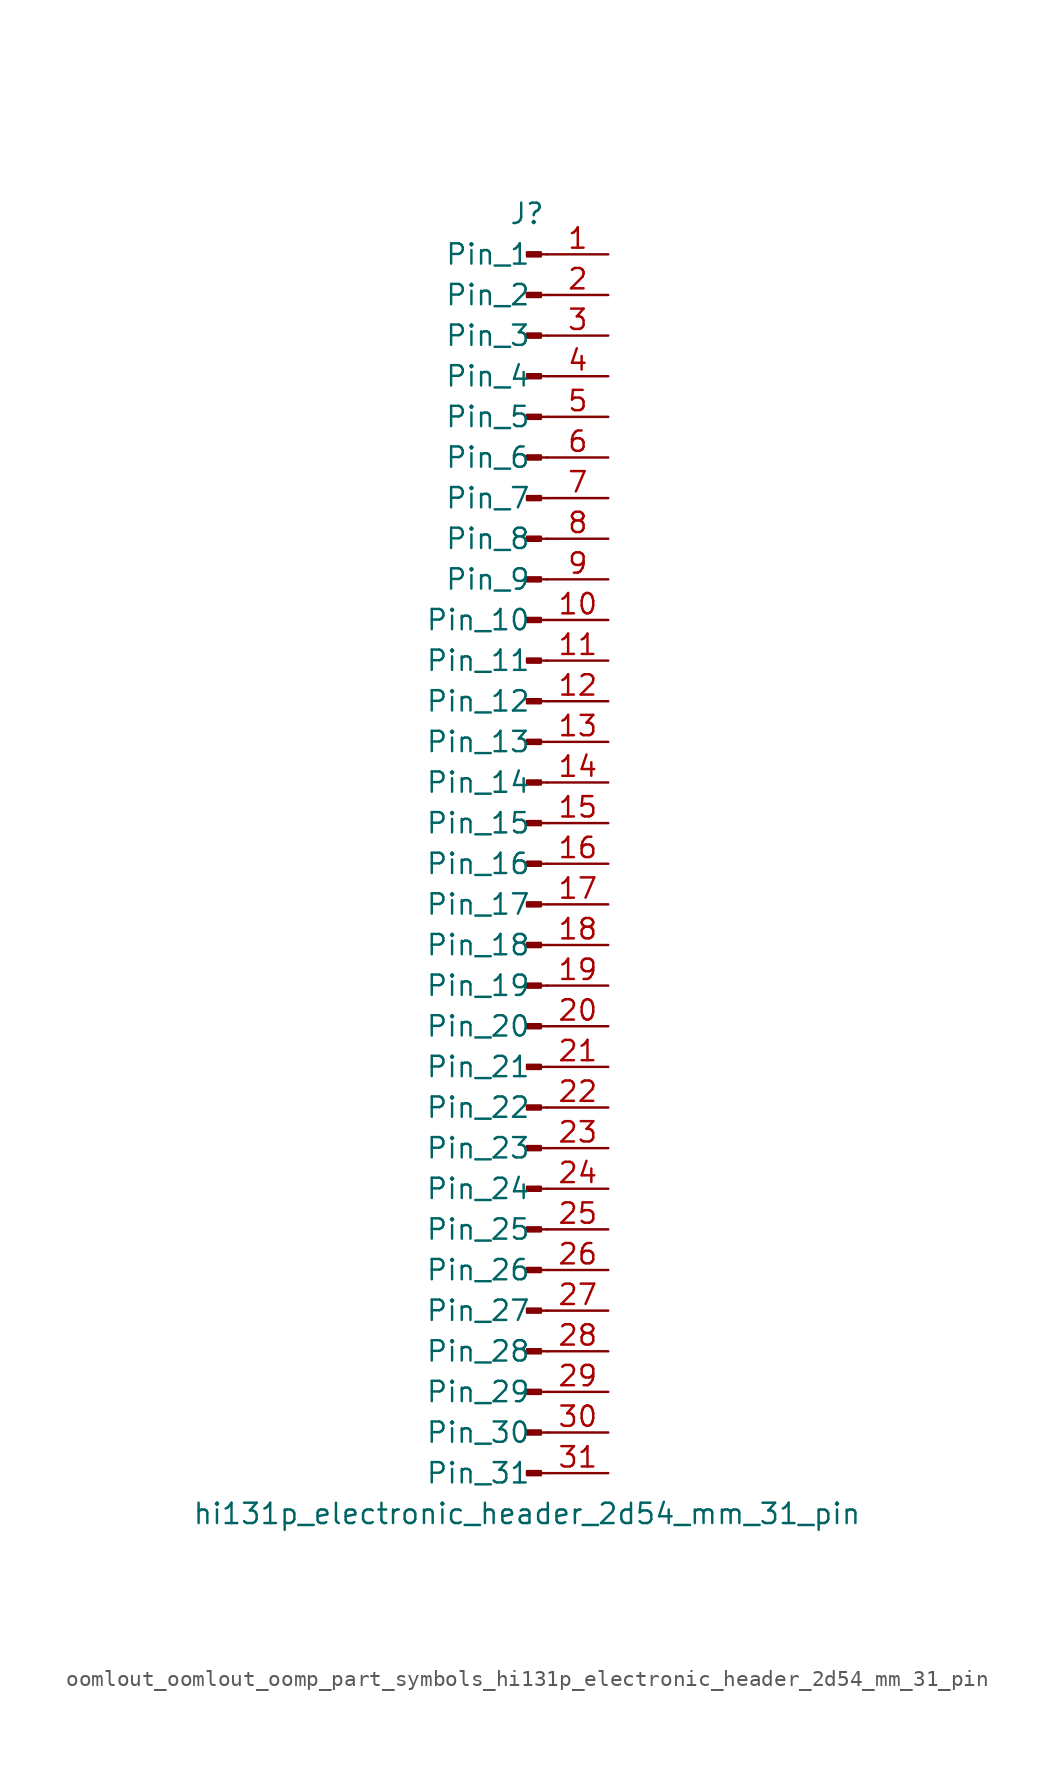
<source format=kicad_sym>
(kicad_symbol_lib
  (version 20220914)
  (generator kicad_symbol_editor)
  (symbol "oomlout_oomlout_oomp_part_symbols_hi131p_electronic_header_2d54_mm_31_pin"
    (pin_names
      (offset 1.016))
    (property "Reference" "J"
      (at 0 40.64 0)
      (effects (font (size 1.27 1.27))))
    (property "Value" "hi131p_electronic_header_2d54_mm_31_pin"
      (at 0 -40.64 0)
      (effects (font (size 1.27 1.27))))
    (property "ki_locked" ""
      (at 0 0 0)
      (effects (font (size 1.27 1.27))))
    (symbol "oomlout_oomlout_oomp_part_symbols_hi131p_electronic_header_2d54_mm_31_pin_1_1"
      (polyline (pts (xy 1.27 -38.1) (xy 0.864 -38.1)) (stroke (width 0.152) (type default)) (fill (type none)))
      (polyline (pts (xy 1.27 -35.56) (xy 0.864 -35.56)) (stroke (width 0.152) (type default)) (fill (type none)))
      (polyline (pts (xy 1.27 -33.02) (xy 0.864 -33.02)) (stroke (width 0.152) (type default)) (fill (type none)))
      (polyline (pts (xy 1.27 -30.48) (xy 0.864 -30.48)) (stroke (width 0.152) (type default)) (fill (type none)))
      (polyline (pts (xy 1.27 -27.94) (xy 0.864 -27.94)) (stroke (width 0.152) (type default)) (fill (type none)))
      (polyline (pts (xy 1.27 -25.4) (xy 0.864 -25.4)) (stroke (width 0.152) (type default)) (fill (type none)))
      (polyline (pts (xy 1.27 -22.86) (xy 0.864 -22.86)) (stroke (width 0.152) (type default)) (fill (type none)))
      (polyline (pts (xy 1.27 -20.32) (xy 0.864 -20.32)) (stroke (width 0.152) (type default)) (fill (type none)))
      (polyline (pts (xy 1.27 -17.78) (xy 0.864 -17.78)) (stroke (width 0.152) (type default)) (fill (type none)))
      (polyline (pts (xy 1.27 -15.24) (xy 0.864 -15.24)) (stroke (width 0.152) (type default)) (fill (type none)))
      (polyline (pts (xy 1.27 -12.7) (xy 0.864 -12.7)) (stroke (width 0.152) (type default)) (fill (type none)))
      (polyline (pts (xy 1.27 -10.16) (xy 0.864 -10.16)) (stroke (width 0.152) (type default)) (fill (type none)))
      (polyline (pts (xy 1.27 -7.62) (xy 0.864 -7.62)) (stroke (width 0.152) (type default)) (fill (type none)))
      (polyline (pts (xy 1.27 -5.08) (xy 0.864 -5.08)) (stroke (width 0.152) (type default)) (fill (type none)))
      (polyline (pts (xy 1.27 -2.54) (xy 0.864 -2.54)) (stroke (width 0.152) (type default)) (fill (type none)))
      (polyline (pts (xy 1.27 0) (xy 0.864 0)) (stroke (width 0.152) (type default)) (fill (type none)))
      (polyline (pts (xy 1.27 2.54) (xy 0.864 2.54)) (stroke (width 0.152) (type default)) (fill (type none)))
      (polyline (pts (xy 1.27 5.08) (xy 0.864 5.08)) (stroke (width 0.152) (type default)) (fill (type none)))
      (polyline (pts (xy 1.27 7.62) (xy 0.864 7.62)) (stroke (width 0.152) (type default)) (fill (type none)))
      (polyline (pts (xy 1.27 10.16) (xy 0.864 10.16)) (stroke (width 0.152) (type default)) (fill (type none)))
      (polyline (pts (xy 1.27 12.7) (xy 0.864 12.7)) (stroke (width 0.152) (type default)) (fill (type none)))
      (polyline (pts (xy 1.27 15.24) (xy 0.864 15.24)) (stroke (width 0.152) (type default)) (fill (type none)))
      (polyline (pts (xy 1.27 17.78) (xy 0.864 17.78)) (stroke (width 0.152) (type default)) (fill (type none)))
      (polyline (pts (xy 1.27 20.32) (xy 0.864 20.32)) (stroke (width 0.152) (type default)) (fill (type none)))
      (polyline (pts (xy 1.27 22.86) (xy 0.864 22.86)) (stroke (width 0.152) (type default)) (fill (type none)))
      (polyline (pts (xy 1.27 25.4) (xy 0.864 25.4)) (stroke (width 0.152) (type default)) (fill (type none)))
      (polyline (pts (xy 1.27 27.94) (xy 0.864 27.94)) (stroke (width 0.152) (type default)) (fill (type none)))
      (polyline (pts (xy 1.27 30.48) (xy 0.864 30.48)) (stroke (width 0.152) (type default)) (fill (type none)))
      (polyline (pts (xy 1.27 33.02) (xy 0.864 33.02)) (stroke (width 0.152) (type default)) (fill (type none)))
      (polyline (pts (xy 1.27 35.56) (xy 0.864 35.56)) (stroke (width 0.152) (type default)) (fill (type none)))
      (polyline (pts (xy 1.27 38.1) (xy 0.864 38.1)) (stroke (width 0.152) (type default)) (fill (type none)))
      (rectangle (start 0.864 -37.973) (end 0 -38.227) (stroke (width 0.152) (type default)) (fill (type outline)))
      (rectangle (start 0.864 -35.433) (end 0 -35.687) (stroke (width 0.152) (type default)) (fill (type outline)))
      (rectangle (start 0.864 -32.893) (end 0 -33.147) (stroke (width 0.152) (type default)) (fill (type outline)))
      (rectangle (start 0.864 -30.353) (end 0 -30.607) (stroke (width 0.152) (type default)) (fill (type outline)))
      (rectangle (start 0.864 -27.813) (end 0 -28.067) (stroke (width 0.152) (type default)) (fill (type outline)))
      (rectangle (start 0.864 -25.273) (end 0 -25.527) (stroke (width 0.152) (type default)) (fill (type outline)))
      (rectangle (start 0.864 -22.733) (end 0 -22.987) (stroke (width 0.152) (type default)) (fill (type outline)))
      (rectangle (start 0.864 -20.193) (end 0 -20.447) (stroke (width 0.152) (type default)) (fill (type outline)))
      (rectangle (start 0.864 -17.653) (end 0 -17.907) (stroke (width 0.152) (type default)) (fill (type outline)))
      (rectangle (start 0.864 -15.113) (end 0 -15.367) (stroke (width 0.152) (type default)) (fill (type outline)))
      (rectangle (start 0.864 -12.573) (end 0 -12.827) (stroke (width 0.152) (type default)) (fill (type outline)))
      (rectangle (start 0.864 -10.033) (end 0 -10.287) (stroke (width 0.152) (type default)) (fill (type outline)))
      (rectangle (start 0.864 -7.493) (end 0 -7.747) (stroke (width 0.152) (type default)) (fill (type outline)))
      (rectangle (start 0.864 -4.953) (end 0 -5.207) (stroke (width 0.152) (type default)) (fill (type outline)))
      (rectangle (start 0.864 -2.413) (end 0 -2.667) (stroke (width 0.152) (type default)) (fill (type outline)))
      (rectangle (start 0.864 0.127) (end 0 -0.127) (stroke (width 0.152) (type default)) (fill (type outline)))
      (rectangle (start 0.864 2.667) (end 0 2.413) (stroke (width 0.152) (type default)) (fill (type outline)))
      (rectangle (start 0.864 5.207) (end 0 4.953) (stroke (width 0.152) (type default)) (fill (type outline)))
      (rectangle (start 0.864 7.747) (end 0 7.493) (stroke (width 0.152) (type default)) (fill (type outline)))
      (rectangle (start 0.864 10.287) (end 0 10.033) (stroke (width 0.152) (type default)) (fill (type outline)))
      (rectangle (start 0.864 12.827) (end 0 12.573) (stroke (width 0.152) (type default)) (fill (type outline)))
      (rectangle (start 0.864 15.367) (end 0 15.113) (stroke (width 0.152) (type default)) (fill (type outline)))
      (rectangle (start 0.864 17.907) (end 0 17.653) (stroke (width 0.152) (type default)) (fill (type outline)))
      (rectangle (start 0.864 20.447) (end 0 20.193) (stroke (width 0.152) (type default)) (fill (type outline)))
      (rectangle (start 0.864 22.987) (end 0 22.733) (stroke (width 0.152) (type default)) (fill (type outline)))
      (rectangle (start 0.864 25.527) (end 0 25.273) (stroke (width 0.152) (type default)) (fill (type outline)))
      (rectangle (start 0.864 28.067) (end 0 27.813) (stroke (width 0.152) (type default)) (fill (type outline)))
      (rectangle (start 0.864 30.607) (end 0 30.353) (stroke (width 0.152) (type default)) (fill (type outline)))
      (rectangle (start 0.864 33.147) (end 0 32.893) (stroke (width 0.152) (type default)) (fill (type outline)))
      (rectangle (start 0.864 35.687) (end 0 35.433) (stroke (width 0.152) (type default)) (fill (type outline)))
      (rectangle (start 0.864 38.227) (end 0 37.973) (stroke (width 0.152) (type default)) (fill (type outline)))
      (pin passive line (at 5.08 38.1 180) (length 3.81) (name "Pin_1" (effects (font (size 1.27 1.27)))) (number "1" (effects (font (size 1.27 1.27)))))
      (pin passive line (at 5.08 15.24 180) (length 3.81) (name "Pin_10" (effects (font (size 1.27 1.27)))) (number "10" (effects (font (size 1.27 1.27)))))
      (pin passive line (at 5.08 12.7 180) (length 3.81) (name "Pin_11" (effects (font (size 1.27 1.27)))) (number "11" (effects (font (size 1.27 1.27)))))
      (pin passive line (at 5.08 10.16 180) (length 3.81) (name "Pin_12" (effects (font (size 1.27 1.27)))) (number "12" (effects (font (size 1.27 1.27)))))
      (pin passive line (at 5.08 7.62 180) (length 3.81) (name "Pin_13" (effects (font (size 1.27 1.27)))) (number "13" (effects (font (size 1.27 1.27)))))
      (pin passive line (at 5.08 5.08 180) (length 3.81) (name "Pin_14" (effects (font (size 1.27 1.27)))) (number "14" (effects (font (size 1.27 1.27)))))
      (pin passive line (at 5.08 2.54 180) (length 3.81) (name "Pin_15" (effects (font (size 1.27 1.27)))) (number "15" (effects (font (size 1.27 1.27)))))
      (pin passive line (at 5.08 0 180) (length 3.81) (name "Pin_16" (effects (font (size 1.27 1.27)))) (number "16" (effects (font (size 1.27 1.27)))))
      (pin passive line (at 5.08 -2.54 180) (length 3.81) (name "Pin_17" (effects (font (size 1.27 1.27)))) (number "17" (effects (font (size 1.27 1.27)))))
      (pin passive line (at 5.08 -5.08 180) (length 3.81) (name "Pin_18" (effects (font (size 1.27 1.27)))) (number "18" (effects (font (size 1.27 1.27)))))
      (pin passive line (at 5.08 -7.62 180) (length 3.81) (name "Pin_19" (effects (font (size 1.27 1.27)))) (number "19" (effects (font (size 1.27 1.27)))))
      (pin passive line (at 5.08 35.56 180) (length 3.81) (name "Pin_2" (effects (font (size 1.27 1.27)))) (number "2" (effects (font (size 1.27 1.27)))))
      (pin passive line (at 5.08 -10.16 180) (length 3.81) (name "Pin_20" (effects (font (size 1.27 1.27)))) (number "20" (effects (font (size 1.27 1.27)))))
      (pin passive line (at 5.08 -12.7 180) (length 3.81) (name "Pin_21" (effects (font (size 1.27 1.27)))) (number "21" (effects (font (size 1.27 1.27)))))
      (pin passive line (at 5.08 -15.24 180) (length 3.81) (name "Pin_22" (effects (font (size 1.27 1.27)))) (number "22" (effects (font (size 1.27 1.27)))))
      (pin passive line (at 5.08 -17.78 180) (length 3.81) (name "Pin_23" (effects (font (size 1.27 1.27)))) (number "23" (effects (font (size 1.27 1.27)))))
      (pin passive line (at 5.08 -20.32 180) (length 3.81) (name "Pin_24" (effects (font (size 1.27 1.27)))) (number "24" (effects (font (size 1.27 1.27)))))
      (pin passive line (at 5.08 -22.86 180) (length 3.81) (name "Pin_25" (effects (font (size 1.27 1.27)))) (number "25" (effects (font (size 1.27 1.27)))))
      (pin passive line (at 5.08 -25.4 180) (length 3.81) (name "Pin_26" (effects (font (size 1.27 1.27)))) (number "26" (effects (font (size 1.27 1.27)))))
      (pin passive line (at 5.08 -27.94 180) (length 3.81) (name "Pin_27" (effects (font (size 1.27 1.27)))) (number "27" (effects (font (size 1.27 1.27)))))
      (pin passive line (at 5.08 -30.48 180) (length 3.81) (name "Pin_28" (effects (font (size 1.27 1.27)))) (number "28" (effects (font (size 1.27 1.27)))))
      (pin passive line (at 5.08 -33.02 180) (length 3.81) (name "Pin_29" (effects (font (size 1.27 1.27)))) (number "29" (effects (font (size 1.27 1.27)))))
      (pin passive line (at 5.08 33.02 180) (length 3.81) (name "Pin_3" (effects (font (size 1.27 1.27)))) (number "3" (effects (font (size 1.27 1.27)))))
      (pin passive line (at 5.08 -35.56 180) (length 3.81) (name "Pin_30" (effects (font (size 1.27 1.27)))) (number "30" (effects (font (size 1.27 1.27)))))
      (pin passive line (at 5.08 -38.1 180) (length 3.81) (name "Pin_31" (effects (font (size 1.27 1.27)))) (number "31" (effects (font (size 1.27 1.27)))))
      (pin passive line (at 5.08 30.48 180) (length 3.81) (name "Pin_4" (effects (font (size 1.27 1.27)))) (number "4" (effects (font (size 1.27 1.27)))))
      (pin passive line (at 5.08 27.94 180) (length 3.81) (name "Pin_5" (effects (font (size 1.27 1.27)))) (number "5" (effects (font (size 1.27 1.27)))))
      (pin passive line (at 5.08 25.4 180) (length 3.81) (name "Pin_6" (effects (font (size 1.27 1.27)))) (number "6" (effects (font (size 1.27 1.27)))))
      (pin passive line (at 5.08 22.86 180) (length 3.81) (name "Pin_7" (effects (font (size 1.27 1.27)))) (number "7" (effects (font (size 1.27 1.27)))))
      (pin passive line (at 5.08 20.32 180) (length 3.81) (name "Pin_8" (effects (font (size 1.27 1.27)))) (number "8" (effects (font (size 1.27 1.27)))))
      (pin passive line (at 5.08 17.78 180) (length 3.81) (name "Pin_9" (effects (font (size 1.27 1.27)))) (number "9" (effects (font (size 1.27 1.27))))))))
</source>
